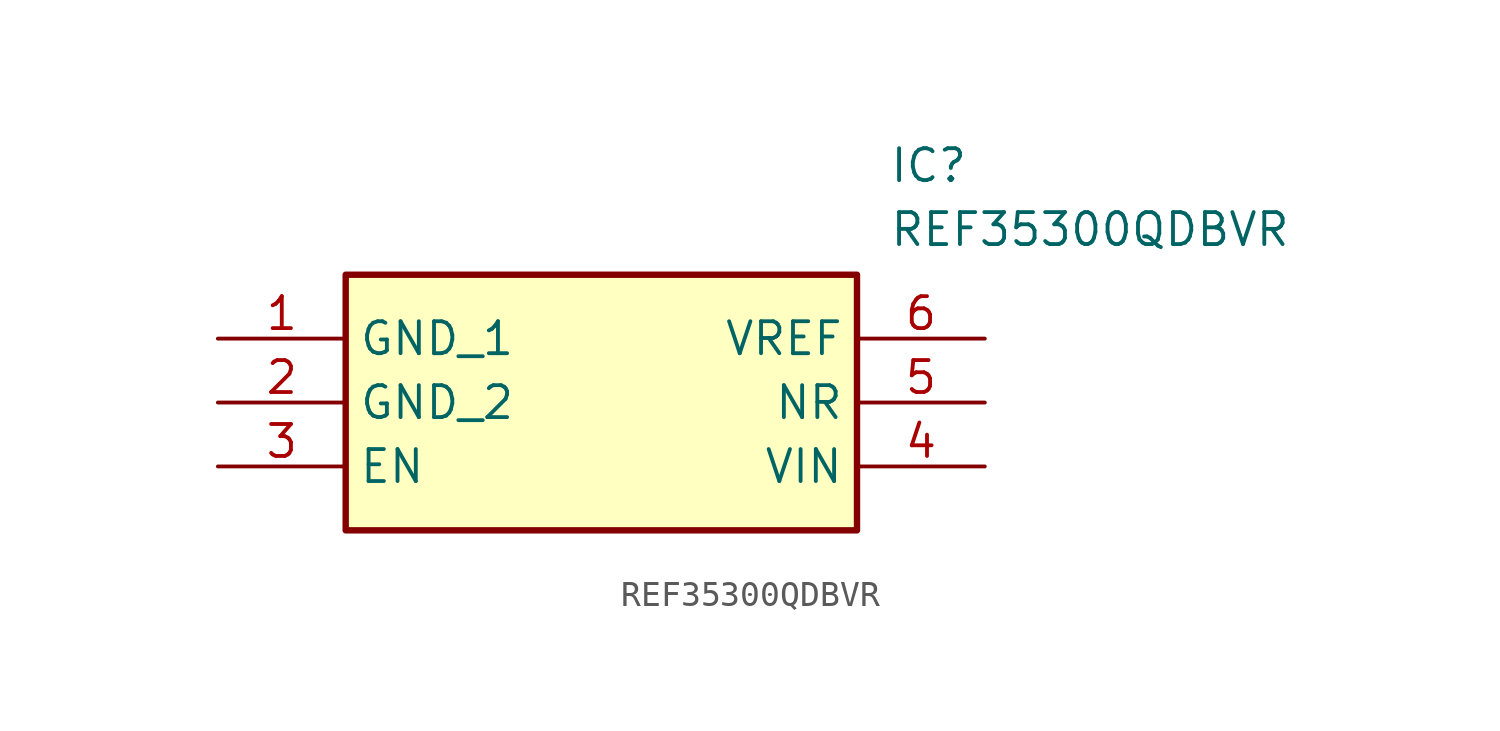
<source format=kicad_sym>
(kicad_symbol_lib
  (version 20211014)
  (generator SamacSys_ECAD_Model)
  (symbol "REF35300QDBVR"
    (property "Reference" "IC"
      (at 26.67 7.62 0)
      (effects (font (size 1.27 1.27)) (justify left top)))
    (property "Value" "REF35300QDBVR"
      (at 26.67 5.08 0)
      (effects (font (size 1.27 1.27)) (justify left top)))
    (rectangle
      (start 5.08 2.54)
      (end 25.4 -7.62)
      (stroke (width 0.254) (type default))
      (fill (type background)))
    (pin passive line
      (at 0 0 0)
      (length 5.08)
      (name "GND_1" (effects (font (size 1.27 1.27))))
      (number "1" (effects (font (size 1.27 1.27)))))
    (pin passive line
      (at 0 -2.54 0)
      (length 5.08)
      (name "GND_2" (effects (font (size 1.27 1.27))))
      (number "2" (effects (font (size 1.27 1.27)))))
    (pin passive line
      (at 0 -5.08 0)
      (length 5.08)
      (name "EN" (effects (font (size 1.27 1.27))))
      (number "3" (effects (font (size 1.27 1.27)))))
    (pin passive line
      (at 30.48 0 180)
      (length 5.08)
      (name "VREF" (effects (font (size 1.27 1.27))))
      (number "6" (effects (font (size 1.27 1.27)))))
    (pin passive line
      (at 30.48 -2.54 180)
      (length 5.08)
      (name "NR" (effects (font (size 1.27 1.27))))
      (number "5" (effects (font (size 1.27 1.27)))))
    (pin passive line
      (at 30.48 -5.08 180)
      (length 5.08)
      (name "VIN" (effects (font (size 1.27 1.27))))
      (number "4" (effects (font (size 1.27 1.27)))))))
</source>
